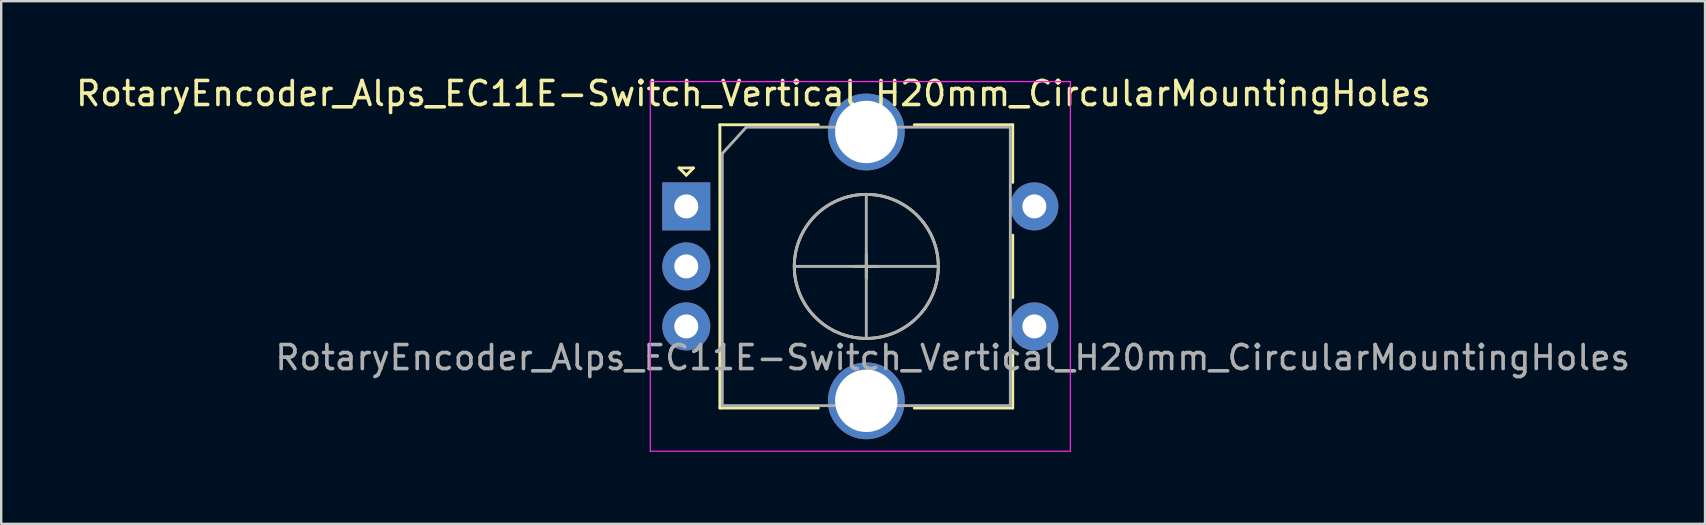
<source format=kicad_pcb>
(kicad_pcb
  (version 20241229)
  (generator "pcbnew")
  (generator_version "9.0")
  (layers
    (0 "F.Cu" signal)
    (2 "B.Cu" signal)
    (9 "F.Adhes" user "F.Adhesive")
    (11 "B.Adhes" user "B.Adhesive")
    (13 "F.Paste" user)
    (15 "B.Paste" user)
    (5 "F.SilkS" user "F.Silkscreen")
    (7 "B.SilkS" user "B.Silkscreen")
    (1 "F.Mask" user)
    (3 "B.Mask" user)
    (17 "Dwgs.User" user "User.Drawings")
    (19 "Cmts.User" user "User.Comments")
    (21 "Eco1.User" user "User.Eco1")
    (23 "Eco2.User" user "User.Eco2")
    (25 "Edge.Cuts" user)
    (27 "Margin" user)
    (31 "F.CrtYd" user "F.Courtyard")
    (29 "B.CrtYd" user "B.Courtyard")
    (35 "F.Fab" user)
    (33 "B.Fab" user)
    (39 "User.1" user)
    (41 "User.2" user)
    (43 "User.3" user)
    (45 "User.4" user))
  (footprint "RotaryEncoder_Alps_EC11E-Switch_Vertical_H20mm_CircularMountingHoles"
    (layer "F.Cu")
    (at 33.039 8.048)
    (property "Reference" "RotaryEncoder_Alps_EC11E-Switch_Vertical_H20mm_CircularMountingHoles" (at -4.7 -7.2 0) (layer "F.SilkS") (effects (font (size 1 1) (thickness 0.15))))
    (attr through_hole)
    (fp_line (start -7.8 -4.1) (end -7.2 -4.1) (stroke (width 0.12) (type solid)) (layer "F.SilkS"))
    (fp_line (start -7.5 -3.8) (end -7.8 -4.1) (stroke (width 0.12) (type solid)) (layer "F.SilkS"))
    (fp_line (start -7.2 -4.1) (end -7.5 -3.8) (stroke (width 0.12) (type solid)) (layer "F.SilkS"))
    (fp_line (start -6.1 -5.9) (end -6.1 5.9) (stroke (width 0.12) (type solid)) (layer "F.SilkS"))
    (fp_line (start -2 -5.9) (end -6.1 -5.9) (stroke (width 0.12) (type solid)) (layer "F.SilkS"))
    (fp_line (start -2 5.9) (end -6.1 5.9) (stroke (width 0.12) (type solid)) (layer "F.SilkS"))
    (fp_line (start -0.5 0) (end 0.5 0) (stroke (width 0.12) (type solid)) (layer "F.SilkS"))
    (fp_line (start 0 -0.5) (end 0 0.5) (stroke (width 0.12) (type solid)) (layer "F.SilkS"))
    (fp_line (start 2 -5.9) (end 6.1 -5.9) (stroke (width 0.12) (type solid)) (layer "F.SilkS"))
    (fp_line (start 6.1 -5.9) (end 6.1 -3.5) (stroke (width 0.12) (type solid)) (layer "F.SilkS"))
    (fp_line (start 6.1 -1.3) (end 6.1 1.3) (stroke (width 0.12) (type solid)) (layer "F.SilkS"))
    (fp_line (start 6.1 3.5) (end 6.1 5.9) (stroke (width 0.12) (type solid)) (layer "F.SilkS"))
    (fp_line (start 6.1 5.9) (end 2 5.9) (stroke (width 0.12) (type solid)) (layer "F.SilkS"))
    (fp_circle (center 0 0) (end 3 0) (stroke (width 0.12) (type solid)) (fill no) (layer "F.SilkS"))
    (fp_line (start -9 -7.7) (end -9 7.7) (stroke (width 0.05) (type solid)) (layer "F.CrtYd"))
    (fp_line (start -9 -7.7) (end 8.5 -7.7) (stroke (width 0.05) (type solid)) (layer "F.CrtYd"))
    (fp_line (start 8.5 7.7) (end -9 7.7) (stroke (width 0.05) (type solid)) (layer "F.CrtYd"))
    (fp_line (start 8.5 7.7) (end 8.5 -7.7) (stroke (width 0.05) (type solid)) (layer "F.CrtYd"))
    (fp_line (start -6 -4.7) (end -5 -5.8) (stroke (width 0.12) (type solid)) (layer "F.Fab"))
    (fp_line (start -6 5.8) (end -6 -4.7) (stroke (width 0.12) (type solid)) (layer "F.Fab"))
    (fp_line (start -5 -5.8) (end 6 -5.8) (stroke (width 0.12) (type solid)) (layer "F.Fab"))
    (fp_line (start -3 0) (end 3 0) (stroke (width 0.12) (type solid)) (layer "F.Fab"))
    (fp_line (start 0 -3) (end 0 3) (stroke (width 0.12) (type solid)) (layer "F.Fab"))
    (fp_line (start 6 -5.8) (end 6 5.8) (stroke (width 0.12) (type solid)) (layer "F.Fab"))
    (fp_line (start 6 5.8) (end -6 5.8) (stroke (width 0.12) (type solid)) (layer "F.Fab"))
    (fp_circle (center 0 0) (end 3 0) (stroke (width 0.12) (type solid)) (fill no) (layer "F.Fab"))
    (fp_text user "${REFERENCE}" (at 3.6 3.8 0) (layer "F.Fab") (effects (font (size 1 1) (thickness 0.15))))
    (pad "A" thru_hole rect (at -7.5 -2.5) (size 2 2) (drill 1) (layers "*.Cu" "*.Mask"))
    (pad "B" thru_hole circle (at -7.5 2.5) (size 2 2) (drill 1) (layers "*.Cu" "*.Mask"))
    (pad "C" thru_hole circle (at -7.5 0) (size 2 2) (drill 1) (layers "*.Cu" "*.Mask"))
    (pad "MP" thru_hole circle (at 0 -5.6) (size 3.2 3.2) (drill 2.6) (layers "*.Cu" "*.Mask"))
    (pad "MP" thru_hole circle (at 0 5.6) (size 3.2 3.2) (drill 2.6) (layers "*.Cu" "*.Mask"))
    (pad "S1" thru_hole circle (at 7 2.5) (size 2 2) (drill 1) (layers "*.Cu" "*.Mask"))
    (pad "S2" thru_hole circle (at 7 -2.5) (size 2 2) (drill 1) (layers "*.Cu" "*.Mask")))
  (gr_rect
    (start -3 -3)
    (end 67.979 18.773)
    (stroke (width 0.1) (type default))
    (fill no)
    (layer "Edge.Cuts")))
</source>
